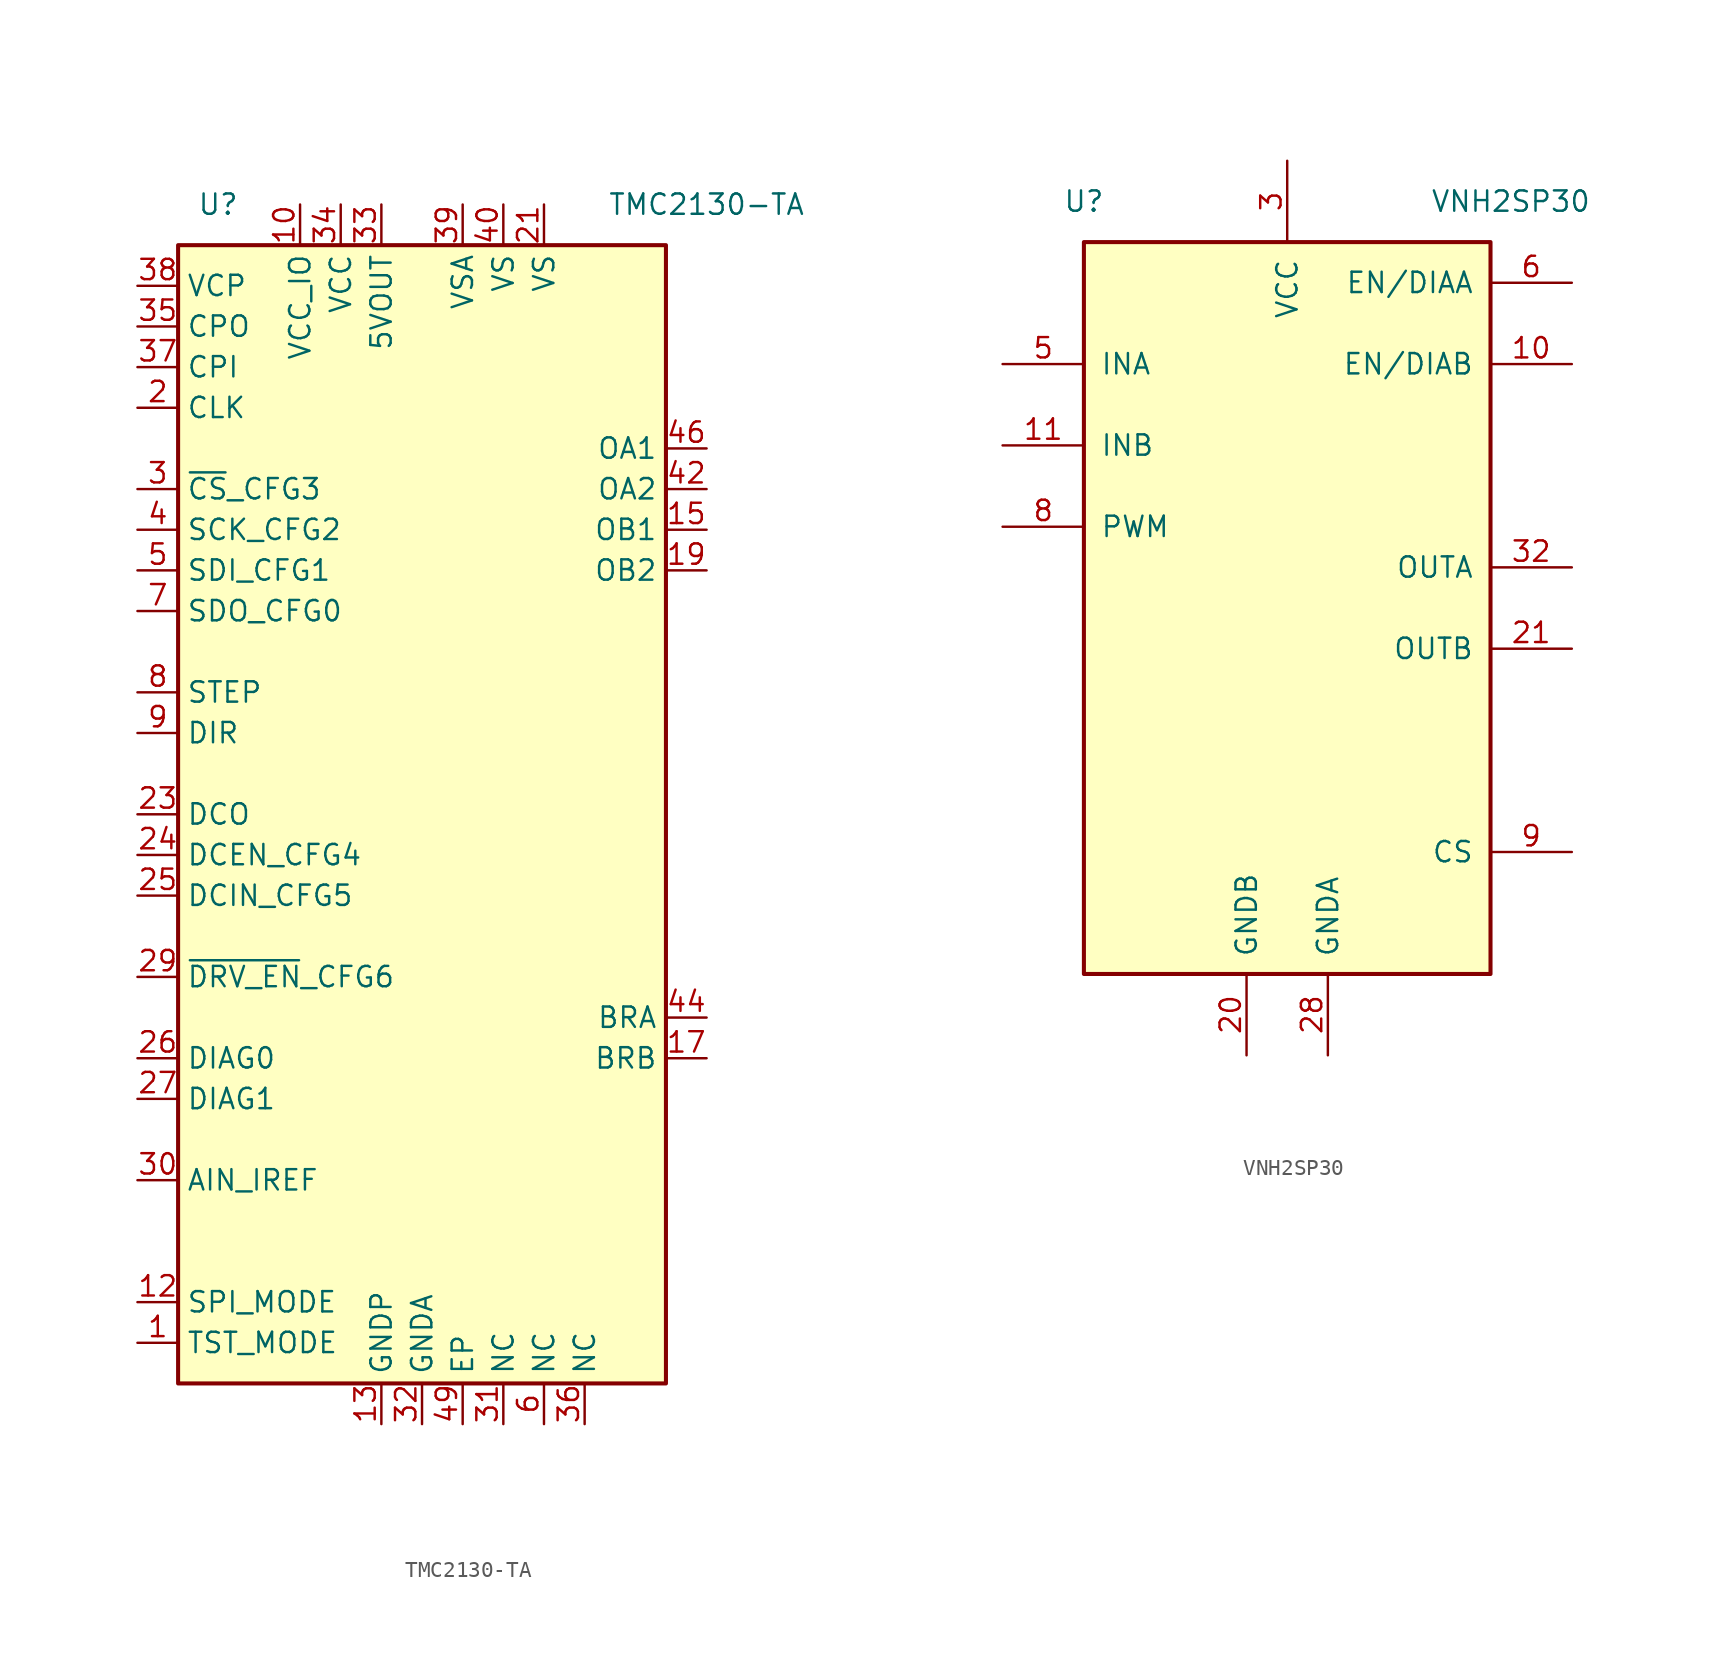
<source format=kicad_sym>
(kicad_symbol_lib
  (version 20211014)
  (generator kicad_symbol_editor)
  (symbol "TMC2130-TA"
    (property "Reference" "U"
      (at -11.43 38.1 0)
      (effects (font (size 1.27 1.27)) (justify right)))
    (property "Value" "TMC2130-TA"
      (at 17.78 38.1 0)
      (effects (font (size 1.27 1.27))))
    (symbol "TMC2130-TA_1_1"
      (rectangle (start -15.24 35.56) (end 15.24 -35.56) (stroke (width 0.254) (type default) (color 0 0 0 0)) (fill (type background)))
      (pin input line (at -17.78 -33.02 0) (length 2.54) (name "TST_MODE" (effects (font (size 1.27 1.27)))) (number "1" (effects (font (size 1.27 1.27)))))
      (pin power_in line (at -7.62 38.1 270) (length 2.54) (name "VCC_IO" (effects (font (size 1.27 1.27)))) (number "10" (effects (font (size 1.27 1.27)))))
      (pin no_connect line (at -15.24 -27.94 0) (length 2.54) hide (name "DNC" (effects (font (size 1.27 1.27)))) (number "11" (effects (font (size 1.27 1.27)))))
      (pin input line (at -17.78 -30.48 0) (length 2.54) (name "SPI_MODE" (effects (font (size 1.27 1.27)))) (number "12" (effects (font (size 1.27 1.27)))))
      (pin power_in line (at -2.54 -38.1 90) (length 2.54) (name "GNDP" (effects (font (size 1.27 1.27)))) (number "13" (effects (font (size 1.27 1.27)))))
      (pin no_connect line (at 15.24 12.7 180) (length 2.54) hide (name "DNC" (effects (font (size 1.27 1.27)))) (number "14" (effects (font (size 1.27 1.27)))))
      (pin output line (at 17.78 17.78 180) (length 2.54) (name "OB1" (effects (font (size 1.27 1.27)))) (number "15" (effects (font (size 1.27 1.27)))))
      (pin no_connect line (at 15.24 10.16 180) (length 2.54) hide (name "DNC" (effects (font (size 1.27 1.27)))) (number "16" (effects (font (size 1.27 1.27)))))
      (pin passive line (at 17.78 -15.24 180) (length 2.54) (name "BRB" (effects (font (size 1.27 1.27)))) (number "17" (effects (font (size 1.27 1.27)))))
      (pin no_connect line (at 15.24 7.62 180) (length 2.54) hide (name "DNC" (effects (font (size 1.27 1.27)))) (number "18" (effects (font (size 1.27 1.27)))))
      (pin output line (at 17.78 15.24 180) (length 2.54) (name "OB2" (effects (font (size 1.27 1.27)))) (number "19" (effects (font (size 1.27 1.27)))))
      (pin input line (at -17.78 25.4 0) (length 2.54) (name "CLK" (effects (font (size 1.27 1.27)))) (number "2" (effects (font (size 1.27 1.27)))))
      (pin no_connect line (at 15.24 5.08 180) (length 2.54) hide (name "DNC" (effects (font (size 1.27 1.27)))) (number "20" (effects (font (size 1.27 1.27)))))
      (pin power_in line (at 7.62 38.1 270) (length 2.54) (name "VS" (effects (font (size 1.27 1.27)))) (number "21" (effects (font (size 1.27 1.27)))))
      (pin no_connect line (at 15.24 2.54 180) (length 2.54) hide (name "DNC" (effects (font (size 1.27 1.27)))) (number "22" (effects (font (size 1.27 1.27)))))
      (pin output line (at -17.78 0 0) (length 2.54) (name "DCO" (effects (font (size 1.27 1.27)))) (number "23" (effects (font (size 1.27 1.27)))))
      (pin input line (at -17.78 -2.54 0) (length 2.54) (name "DCEN_CFG4" (effects (font (size 1.27 1.27)))) (number "24" (effects (font (size 1.27 1.27)))))
      (pin input line (at -17.78 -5.08 0) (length 2.54) (name "DCIN_CFG5" (effects (font (size 1.27 1.27)))) (number "25" (effects (font (size 1.27 1.27)))))
      (pin output line (at -17.78 -15.24 0) (length 2.54) (name "DIAG0" (effects (font (size 1.27 1.27)))) (number "26" (effects (font (size 1.27 1.27)))))
      (pin output line (at -17.78 -17.78 0) (length 2.54) (name "DIAG1" (effects (font (size 1.27 1.27)))) (number "27" (effects (font (size 1.27 1.27)))))
      (pin no_connect line (at -15.24 -20.32 0) (length 2.54) hide (name "DNC" (effects (font (size 1.27 1.27)))) (number "28" (effects (font (size 1.27 1.27)))))
      (pin input line (at -17.78 -10.16 0) (length 2.54) (name "~{DRV_EN}_CFG6" (effects (font (size 1.27 1.27)))) (number "29" (effects (font (size 1.27 1.27)))))
      (pin input line (at -17.78 20.32 0) (length 2.54) (name "~{CS}_CFG3" (effects (font (size 1.27 1.27)))) (number "3" (effects (font (size 1.27 1.27)))))
      (pin input line (at -17.78 -22.86 0) (length 2.54) (name "AIN_IREF" (effects (font (size 1.27 1.27)))) (number "30" (effects (font (size 1.27 1.27)))))
      (pin passive line (at 5.08 -38.1 90) (length 2.54) (name "NC" (effects (font (size 1.27 1.27)))) (number "31" (effects (font (size 1.27 1.27)))))
      (pin power_in line (at 0 -38.1 90) (length 2.54) (name "GNDA" (effects (font (size 1.27 1.27)))) (number "32" (effects (font (size 1.27 1.27)))))
      (pin power_out line (at -2.54 38.1 270) (length 2.54) (name "5VOUT" (effects (font (size 1.27 1.27)))) (number "33" (effects (font (size 1.27 1.27)))))
      (pin power_in line (at -5.08 38.1 270) (length 2.54) (name "VCC" (effects (font (size 1.27 1.27)))) (number "34" (effects (font (size 1.27 1.27)))))
      (pin passive line (at -17.78 30.48 0) (length 2.54) (name "CPO" (effects (font (size 1.27 1.27)))) (number "35" (effects (font (size 1.27 1.27)))))
      (pin passive line (at 10.16 -38.1 90) (length 2.54) (name "NC" (effects (font (size 1.27 1.27)))) (number "36" (effects (font (size 1.27 1.27)))))
      (pin passive line (at -17.78 27.94 0) (length 2.54) (name "CPI" (effects (font (size 1.27 1.27)))) (number "37" (effects (font (size 1.27 1.27)))))
      (pin passive line (at -17.78 33.02 0) (length 2.54) (name "VCP" (effects (font (size 1.27 1.27)))) (number "38" (effects (font (size 1.27 1.27)))))
      (pin power_in line (at 2.54 38.1 270) (length 2.54) (name "VSA" (effects (font (size 1.27 1.27)))) (number "39" (effects (font (size 1.27 1.27)))))
      (pin input line (at -17.78 17.78 0) (length 2.54) (name "SCK_CFG2" (effects (font (size 1.27 1.27)))) (number "4" (effects (font (size 1.27 1.27)))))
      (pin power_in line (at 5.08 38.1 270) (length 2.54) (name "VS" (effects (font (size 1.27 1.27)))) (number "40" (effects (font (size 1.27 1.27)))))
      (pin no_connect line (at 15.24 33.02 180) (length 2.54) hide (name "DNC" (effects (font (size 1.27 1.27)))) (number "41" (effects (font (size 1.27 1.27)))))
      (pin output line (at 17.78 20.32 180) (length 2.54) (name "OA2" (effects (font (size 1.27 1.27)))) (number "42" (effects (font (size 1.27 1.27)))))
      (pin no_connect line (at 15.24 30.48 180) (length 2.54) hide (name "DNC" (effects (font (size 1.27 1.27)))) (number "43" (effects (font (size 1.27 1.27)))))
      (pin passive line (at 17.78 -12.7 180) (length 2.54) (name "BRA" (effects (font (size 1.27 1.27)))) (number "44" (effects (font (size 1.27 1.27)))))
      (pin no_connect line (at 15.24 27.94 180) (length 2.54) hide (name "DNC" (effects (font (size 1.27 1.27)))) (number "45" (effects (font (size 1.27 1.27)))))
      (pin output line (at 17.78 22.86 180) (length 2.54) (name "OA1" (effects (font (size 1.27 1.27)))) (number "46" (effects (font (size 1.27 1.27)))))
      (pin no_connect line (at 15.24 25.4 180) (length 2.54) hide (name "DNC" (effects (font (size 1.27 1.27)))) (number "47" (effects (font (size 1.27 1.27)))))
      (pin passive line (at -2.54 -38.1 90) (length 2.54) hide (name "GNDP" (effects (font (size 1.27 1.27)))) (number "48" (effects (font (size 1.27 1.27)))))
      (pin power_in line (at 2.54 -38.1 90) (length 2.54) (name "EP" (effects (font (size 1.27 1.27)))) (number "49" (effects (font (size 1.27 1.27)))))
      (pin input line (at -17.78 15.24 0) (length 2.54) (name "SDI_CFG1" (effects (font (size 1.27 1.27)))) (number "5" (effects (font (size 1.27 1.27)))))
      (pin passive line (at 7.62 -38.1 90) (length 2.54) (name "NC" (effects (font (size 1.27 1.27)))) (number "6" (effects (font (size 1.27 1.27)))))
      (pin bidirectional line (at -17.78 12.7 0) (length 2.54) (name "SDO_CFG0" (effects (font (size 1.27 1.27)))) (number "7" (effects (font (size 1.27 1.27)))))
      (pin input line (at -17.78 7.62 0) (length 2.54) (name "STEP" (effects (font (size 1.27 1.27)))) (number "8" (effects (font (size 1.27 1.27)))))
      (pin input line (at -17.78 5.08 0) (length 2.54) (name "DIR" (effects (font (size 1.27 1.27)))) (number "9" (effects (font (size 1.27 1.27)))))))
  (symbol "VNH2SP30"
    (pin_names
      (offset 1.016))
    (property "Reference" "U"
      (at -12.7 25.4 0)
      (effects (font (size 1.27 1.27))))
    (property "Value" "VNH2SP30"
      (at 13.97 25.4 0)
      (effects (font (size 1.27 1.27))))
    (symbol "VNH2SP30_1_1"
      (rectangle (start -12.7 22.86) (end 12.7 -22.86) (stroke (width 0.254) (type default) (color 0 0 0 0)) (fill (type background)))
      (pin passive line (at 17.78 2.54 180) (length 5.08) hide (name "OUTA" (effects (font (size 1.27 1.27)))) (number "1" (effects (font (size 1.27 1.27)))))
      (pin output line (at 17.78 15.24 180) (length 5.08) (name "EN/DIAB" (effects (font (size 1.27 1.27)))) (number "10" (effects (font (size 1.27 1.27)))))
      (pin input line (at -17.78 10.16 0) (length 5.08) (name "INB" (effects (font (size 1.27 1.27)))) (number "11" (effects (font (size 1.27 1.27)))))
      (pin no_connect line (at -17.78 -7.62 0) (length 5.08) hide (name "NC" (effects (font (size 1.27 1.27)))) (number "12" (effects (font (size 1.27 1.27)))))
      (pin passive line (at 0 27.94 270) (length 5.08) hide (name "VCC" (effects (font (size 1.27 1.27)))) (number "13" (effects (font (size 1.27 1.27)))))
      (pin no_connect line (at -17.78 -10.16 0) (length 5.08) hide (name "NC" (effects (font (size 1.27 1.27)))) (number "14" (effects (font (size 1.27 1.27)))))
      (pin passive line (at 17.78 -2.54 180) (length 5.08) hide (name "OUTB" (effects (font (size 1.27 1.27)))) (number "15" (effects (font (size 1.27 1.27)))))
      (pin passive line (at 17.78 -2.54 180) (length 5.08) hide (name "OUTB" (effects (font (size 1.27 1.27)))) (number "16" (effects (font (size 1.27 1.27)))))
      (pin no_connect line (at -17.78 -20.32 0) (length 5.08) hide (name "NC" (effects (font (size 1.27 1.27)))) (number "17" (effects (font (size 1.27 1.27)))))
      (pin passive line (at -2.54 -27.94 90) (length 5.08) hide (name "GNDB" (effects (font (size 1.27 1.27)))) (number "18" (effects (font (size 1.27 1.27)))))
      (pin passive line (at -2.54 -27.94 90) (length 5.08) hide (name "GNDB" (effects (font (size 1.27 1.27)))) (number "19" (effects (font (size 1.27 1.27)))))
      (pin no_connect line (at -17.78 0 0) (length 5.08) hide (name "NC" (effects (font (size 1.27 1.27)))) (number "2" (effects (font (size 1.27 1.27)))))
      (pin passive line (at -2.54 -27.94 90) (length 5.08) (name "GNDB" (effects (font (size 1.27 1.27)))) (number "20" (effects (font (size 1.27 1.27)))))
      (pin output line (at 17.78 -2.54 180) (length 5.08) (name "OUTB" (effects (font (size 1.27 1.27)))) (number "21" (effects (font (size 1.27 1.27)))))
      (pin no_connect line (at -17.78 -17.78 0) (length 5.08) hide (name "NC" (effects (font (size 1.27 1.27)))) (number "22" (effects (font (size 1.27 1.27)))))
      (pin passive line (at 0 27.94 270) (length 5.08) hide (name "VCC" (effects (font (size 1.27 1.27)))) (number "23" (effects (font (size 1.27 1.27)))))
      (pin no_connect line (at -17.78 -15.24 0) (length 5.08) hide (name "NC" (effects (font (size 1.27 1.27)))) (number "24" (effects (font (size 1.27 1.27)))))
      (pin passive line (at 17.78 2.54 180) (length 5.08) hide (name "OUTA" (effects (font (size 1.27 1.27)))) (number "25" (effects (font (size 1.27 1.27)))))
      (pin passive line (at 2.54 -27.94 90) (length 5.08) hide (name "GNDA" (effects (font (size 1.27 1.27)))) (number "26" (effects (font (size 1.27 1.27)))))
      (pin passive line (at 2.54 -27.94 90) (length 5.08) hide (name "GNDA" (effects (font (size 1.27 1.27)))) (number "27" (effects (font (size 1.27 1.27)))))
      (pin passive line (at 2.54 -27.94 90) (length 5.08) (name "GNDA" (effects (font (size 1.27 1.27)))) (number "28" (effects (font (size 1.27 1.27)))))
      (pin no_connect line (at -17.78 -12.7 0) (length 5.08) hide (name "NC" (effects (font (size 1.27 1.27)))) (number "29" (effects (font (size 1.27 1.27)))))
      (pin power_in line (at 0 27.94 270) (length 5.08) (name "VCC" (effects (font (size 1.27 1.27)))) (number "3" (effects (font (size 1.27 1.27)))))
      (pin passive line (at 17.78 2.54 180) (length 5.08) hide (name "OUTA" (effects (font (size 1.27 1.27)))) (number "30" (effects (font (size 1.27 1.27)))))
      (pin passive line (at 0 27.94 270) (length 5.08) hide (name "VCC" (effects (font (size 1.27 1.27)))) (number "31" (effects (font (size 1.27 1.27)))))
      (pin passive line (at 17.78 2.54 180) (length 5.08) (name "OUTA" (effects (font (size 1.27 1.27)))) (number "32" (effects (font (size 1.27 1.27)))))
      (pin passive line (at 17.78 -2.54 180) (length 5.08) hide (name "OUTB" (effects (font (size 1.27 1.27)))) (number "33" (effects (font (size 1.27 1.27)))))
      (pin no_connect line (at -17.78 -2.54 0) (length 5.08) hide (name "NC" (effects (font (size 1.27 1.27)))) (number "4" (effects (font (size 1.27 1.27)))))
      (pin input line (at -17.78 15.24 0) (length 5.08) (name "INA" (effects (font (size 1.27 1.27)))) (number "5" (effects (font (size 1.27 1.27)))))
      (pin output line (at 17.78 20.32 180) (length 5.08) (name "EN/DIAA" (effects (font (size 1.27 1.27)))) (number "6" (effects (font (size 1.27 1.27)))))
      (pin no_connect line (at -17.78 -5.08 0) (length 5.08) hide (name "NC" (effects (font (size 1.27 1.27)))) (number "7" (effects (font (size 1.27 1.27)))))
      (pin input line (at -17.78 5.08 0) (length 5.08) (name "PWM" (effects (font (size 1.27 1.27)))) (number "8" (effects (font (size 1.27 1.27)))))
      (pin output line (at 17.78 -15.24 180) (length 5.08) (name "CS" (effects (font (size 1.27 1.27)))) (number "9" (effects (font (size 1.27 1.27))))))))
</source>
